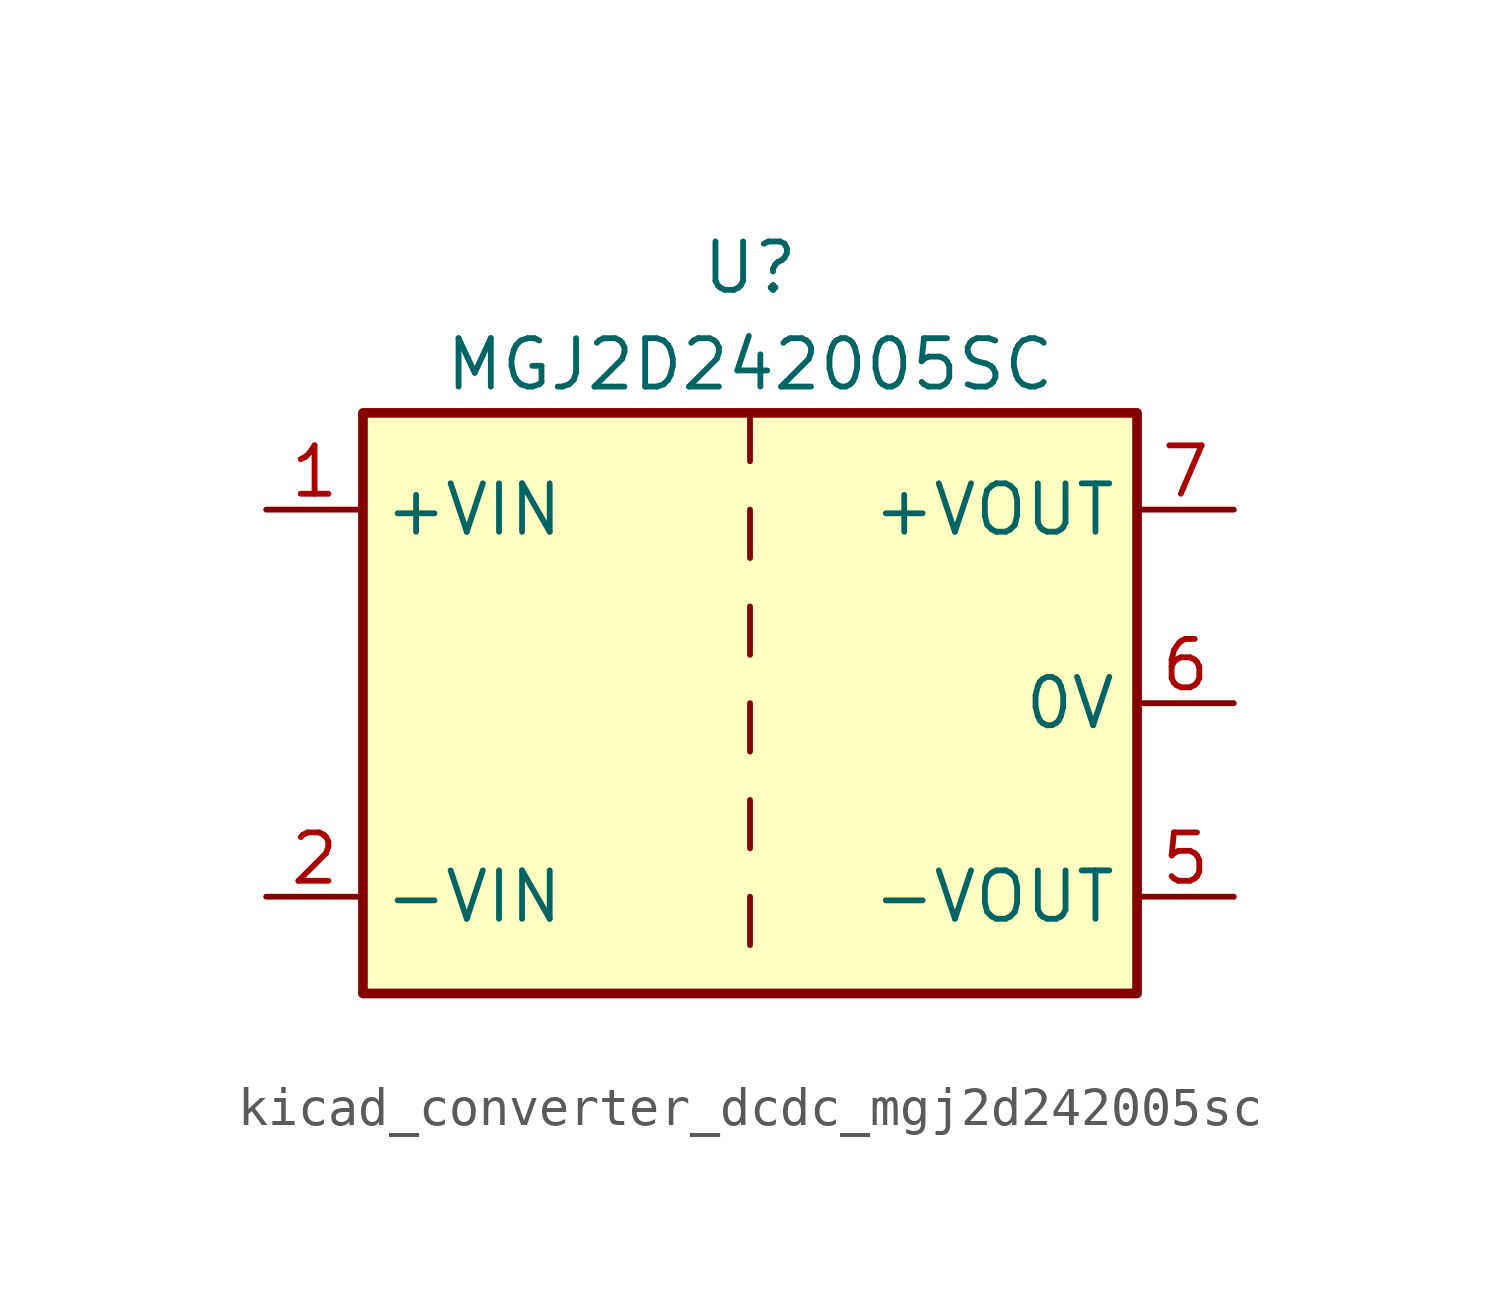
<source format=kicad_sym>
(kicad_symbol_lib
  (version 20220914)
  (generator kicad_symbol_editor)
  (symbol "kicad_converter_dcdc_mgj2d242005sc"
    (property "Reference" "U"
      (at 0 11.43 0)
      (effects (font (size 1.27 1.27))))
    (property "Value" "MGJ2D242005SC"
      (at 0 8.89 0)
      (effects (font (size 1.27 1.27))))
    (symbol "kicad_converter_dcdc_mgj2d242005sc_0_1"
      (rectangle (start -10.16 7.62) (end 10.16 -7.62) (stroke (width 0.254) (type default)) (fill (type background)))
      (polyline (pts (xy 0 -5.08) (xy 0 -6.35)) (stroke (width 0) (type default)) (fill (type none)))
      (polyline (pts (xy 0 -2.54) (xy 0 -3.81)) (stroke (width 0) (type default)) (fill (type none)))
      (polyline (pts (xy 0 0) (xy 0 -1.27)) (stroke (width 0) (type default)) (fill (type none)))
      (polyline (pts (xy 0 2.54) (xy 0 1.27)) (stroke (width 0) (type default)) (fill (type none)))
      (polyline (pts (xy 0 5.08) (xy 0 3.81)) (stroke (width 0) (type default)) (fill (type none)))
      (polyline (pts (xy 0 7.62) (xy 0 6.35)) (stroke (width 0) (type default)) (fill (type none))))
    (symbol "kicad_converter_dcdc_mgj2d242005sc_1_1"
      (pin power_in line (at -12.7 5.08 0) (length 2.54) (name "+VIN" (effects (font (size 1.27 1.27)))) (number "1" (effects (font (size 1.27 1.27)))))
      (pin power_in line (at -12.7 -5.08 0) (length 2.54) (name "-VIN" (effects (font (size 1.27 1.27)))) (number "2" (effects (font (size 1.27 1.27)))))
      (pin power_out line (at 12.7 -5.08 180) (length 2.54) (name "-VOUT" (effects (font (size 1.27 1.27)))) (number "5" (effects (font (size 1.27 1.27)))))
      (pin power_out line (at 12.7 0 180) (length 2.54) (name "0V" (effects (font (size 1.27 1.27)))) (number "6" (effects (font (size 1.27 1.27)))))
      (pin power_out line (at 12.7 5.08 180) (length 2.54) (name "+VOUT" (effects (font (size 1.27 1.27)))) (number "7" (effects (font (size 1.27 1.27))))))))
</source>
